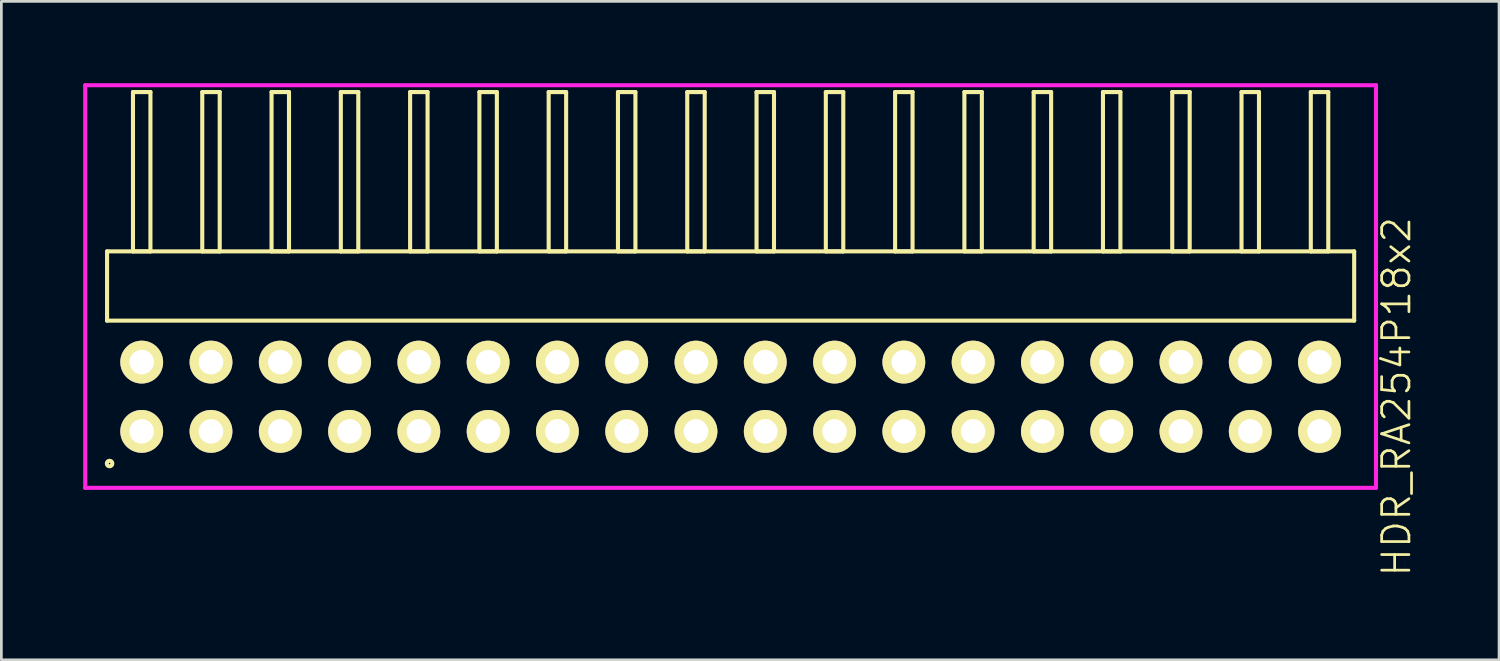
<source format=kicad_pcb>
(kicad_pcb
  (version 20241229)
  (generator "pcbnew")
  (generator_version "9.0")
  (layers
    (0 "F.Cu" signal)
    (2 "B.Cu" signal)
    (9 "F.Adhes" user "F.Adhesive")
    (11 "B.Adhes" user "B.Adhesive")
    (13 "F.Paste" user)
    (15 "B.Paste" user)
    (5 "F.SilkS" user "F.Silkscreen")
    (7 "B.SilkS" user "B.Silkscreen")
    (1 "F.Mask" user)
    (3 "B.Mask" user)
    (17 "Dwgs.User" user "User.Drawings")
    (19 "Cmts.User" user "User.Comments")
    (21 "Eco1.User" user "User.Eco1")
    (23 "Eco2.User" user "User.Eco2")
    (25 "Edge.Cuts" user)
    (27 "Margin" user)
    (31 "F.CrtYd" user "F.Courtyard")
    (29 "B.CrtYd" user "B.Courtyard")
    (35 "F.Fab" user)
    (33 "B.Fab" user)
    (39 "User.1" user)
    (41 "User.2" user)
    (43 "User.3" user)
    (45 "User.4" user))
  (footprint "HDR_RA254P18x2"
    (layer "F.Cu")
    (at 23.735 11.495)
    (property "Reference" "HDR_RA254P18x2" (at 24.41 0 90) (layer "F.SilkS") (effects (font (size 1 1) (thickness 0.1))))
    (attr through_hole)
    (fp_line (start -22.86 -5.33) (end -22.86 -2.79) (stroke (width 0.15) (type solid)) (layer "F.SilkS"))
    (fp_line (start -22.86 -2.79) (end 22.86 -2.79) (stroke (width 0.15) (type solid)) (layer "F.SilkS"))
    (fp_line (start -21.91 -11.17) (end -21.91 -5.33) (stroke (width 0.15) (type solid)) (layer "F.SilkS"))
    (fp_line (start -21.91 -5.33) (end -21.27 -5.33) (stroke (width 0.15) (type solid)) (layer "F.SilkS"))
    (fp_line (start -21.27 -11.17) (end -21.91 -11.17) (stroke (width 0.15) (type solid)) (layer "F.SilkS"))
    (fp_line (start -21.27 -5.33) (end -21.27 -11.17) (stroke (width 0.15) (type solid)) (layer "F.SilkS"))
    (fp_line (start -19.37 -11.17) (end -19.37 -5.33) (stroke (width 0.15) (type solid)) (layer "F.SilkS"))
    (fp_line (start -19.37 -5.33) (end -18.73 -5.33) (stroke (width 0.15) (type solid)) (layer "F.SilkS"))
    (fp_line (start -18.73 -11.17) (end -19.37 -11.17) (stroke (width 0.15) (type solid)) (layer "F.SilkS"))
    (fp_line (start -18.73 -5.33) (end -18.73 -11.17) (stroke (width 0.15) (type solid)) (layer "F.SilkS"))
    (fp_line (start -16.83 -11.17) (end -16.83 -5.33) (stroke (width 0.15) (type solid)) (layer "F.SilkS"))
    (fp_line (start -16.83 -5.33) (end -16.19 -5.33) (stroke (width 0.15) (type solid)) (layer "F.SilkS"))
    (fp_line (start -16.19 -11.17) (end -16.83 -11.17) (stroke (width 0.15) (type solid)) (layer "F.SilkS"))
    (fp_line (start -16.19 -5.33) (end -16.19 -11.17) (stroke (width 0.15) (type solid)) (layer "F.SilkS"))
    (fp_line (start -14.29 -11.17) (end -14.29 -5.33) (stroke (width 0.15) (type solid)) (layer "F.SilkS"))
    (fp_line (start -14.29 -5.33) (end -13.65 -5.33) (stroke (width 0.15) (type solid)) (layer "F.SilkS"))
    (fp_line (start -13.65 -11.17) (end -14.29 -11.17) (stroke (width 0.15) (type solid)) (layer "F.SilkS"))
    (fp_line (start -13.65 -5.33) (end -13.65 -11.17) (stroke (width 0.15) (type solid)) (layer "F.SilkS"))
    (fp_line (start -11.75 -11.17) (end -11.75 -5.33) (stroke (width 0.15) (type solid)) (layer "F.SilkS"))
    (fp_line (start -11.75 -5.33) (end -11.11 -5.33) (stroke (width 0.15) (type solid)) (layer "F.SilkS"))
    (fp_line (start -11.11 -11.17) (end -11.75 -11.17) (stroke (width 0.15) (type solid)) (layer "F.SilkS"))
    (fp_line (start -11.11 -5.33) (end -11.11 -11.17) (stroke (width 0.15) (type solid)) (layer "F.SilkS"))
    (fp_line (start -9.21 -11.17) (end -9.21 -5.33) (stroke (width 0.15) (type solid)) (layer "F.SilkS"))
    (fp_line (start -9.21 -5.33) (end -8.57 -5.33) (stroke (width 0.15) (type solid)) (layer "F.SilkS"))
    (fp_line (start -8.57 -11.17) (end -9.21 -11.17) (stroke (width 0.15) (type solid)) (layer "F.SilkS"))
    (fp_line (start -8.57 -5.33) (end -8.57 -11.17) (stroke (width 0.15) (type solid)) (layer "F.SilkS"))
    (fp_line (start -6.67 -11.17) (end -6.67 -5.33) (stroke (width 0.15) (type solid)) (layer "F.SilkS"))
    (fp_line (start -6.67 -5.33) (end -6.03 -5.33) (stroke (width 0.15) (type solid)) (layer "F.SilkS"))
    (fp_line (start -6.03 -11.17) (end -6.67 -11.17) (stroke (width 0.15) (type solid)) (layer "F.SilkS"))
    (fp_line (start -6.03 -5.33) (end -6.03 -11.17) (stroke (width 0.15) (type solid)) (layer "F.SilkS"))
    (fp_line (start -4.13 -11.17) (end -4.13 -5.33) (stroke (width 0.15) (type solid)) (layer "F.SilkS"))
    (fp_line (start -4.13 -5.33) (end -3.49 -5.33) (stroke (width 0.15) (type solid)) (layer "F.SilkS"))
    (fp_line (start -3.49 -11.17) (end -4.13 -11.17) (stroke (width 0.15) (type solid)) (layer "F.SilkS"))
    (fp_line (start -3.49 -5.33) (end -3.49 -11.17) (stroke (width 0.15) (type solid)) (layer "F.SilkS"))
    (fp_line (start -1.59 -11.17) (end -1.59 -5.33) (stroke (width 0.15) (type solid)) (layer "F.SilkS"))
    (fp_line (start -1.59 -5.33) (end -0.95 -5.33) (stroke (width 0.15) (type solid)) (layer "F.SilkS"))
    (fp_line (start -0.95 -11.17) (end -1.59 -11.17) (stroke (width 0.15) (type solid)) (layer "F.SilkS"))
    (fp_line (start -0.95 -5.33) (end -0.95 -11.17) (stroke (width 0.15) (type solid)) (layer "F.SilkS"))
    (fp_line (start 0.95 -11.17) (end 0.95 -5.33) (stroke (width 0.15) (type solid)) (layer "F.SilkS"))
    (fp_line (start 0.95 -5.33) (end 1.59 -5.33) (stroke (width 0.15) (type solid)) (layer "F.SilkS"))
    (fp_line (start 1.59 -11.17) (end 0.95 -11.17) (stroke (width 0.15) (type solid)) (layer "F.SilkS"))
    (fp_line (start 1.59 -5.33) (end 1.59 -11.17) (stroke (width 0.15) (type solid)) (layer "F.SilkS"))
    (fp_line (start 3.49 -11.17) (end 3.49 -5.33) (stroke (width 0.15) (type solid)) (layer "F.SilkS"))
    (fp_line (start 3.49 -5.33) (end 4.13 -5.33) (stroke (width 0.15) (type solid)) (layer "F.SilkS"))
    (fp_line (start 4.13 -11.17) (end 3.49 -11.17) (stroke (width 0.15) (type solid)) (layer "F.SilkS"))
    (fp_line (start 4.13 -5.33) (end 4.13 -11.17) (stroke (width 0.15) (type solid)) (layer "F.SilkS"))
    (fp_line (start 6.03 -11.17) (end 6.03 -5.33) (stroke (width 0.15) (type solid)) (layer "F.SilkS"))
    (fp_line (start 6.03 -5.33) (end 6.67 -5.33) (stroke (width 0.15) (type solid)) (layer "F.SilkS"))
    (fp_line (start 6.67 -11.17) (end 6.03 -11.17) (stroke (width 0.15) (type solid)) (layer "F.SilkS"))
    (fp_line (start 6.67 -5.33) (end 6.67 -11.17) (stroke (width 0.15) (type solid)) (layer "F.SilkS"))
    (fp_line (start 8.57 -11.17) (end 8.57 -5.33) (stroke (width 0.15) (type solid)) (layer "F.SilkS"))
    (fp_line (start 8.57 -5.33) (end 9.21 -5.33) (stroke (width 0.15) (type solid)) (layer "F.SilkS"))
    (fp_line (start 9.21 -11.17) (end 8.57 -11.17) (stroke (width 0.15) (type solid)) (layer "F.SilkS"))
    (fp_line (start 9.21 -5.33) (end 9.21 -11.17) (stroke (width 0.15) (type solid)) (layer "F.SilkS"))
    (fp_line (start 11.11 -11.17) (end 11.11 -5.33) (stroke (width 0.15) (type solid)) (layer "F.SilkS"))
    (fp_line (start 11.11 -5.33) (end 11.75 -5.33) (stroke (width 0.15) (type solid)) (layer "F.SilkS"))
    (fp_line (start 11.75 -11.17) (end 11.11 -11.17) (stroke (width 0.15) (type solid)) (layer "F.SilkS"))
    (fp_line (start 11.75 -5.33) (end 11.75 -11.17) (stroke (width 0.15) (type solid)) (layer "F.SilkS"))
    (fp_line (start 13.65 -11.17) (end 13.65 -5.33) (stroke (width 0.15) (type solid)) (layer "F.SilkS"))
    (fp_line (start 13.65 -5.33) (end 14.29 -5.33) (stroke (width 0.15) (type solid)) (layer "F.SilkS"))
    (fp_line (start 14.29 -11.17) (end 13.65 -11.17) (stroke (width 0.15) (type solid)) (layer "F.SilkS"))
    (fp_line (start 14.29 -5.33) (end 14.29 -11.17) (stroke (width 0.15) (type solid)) (layer "F.SilkS"))
    (fp_line (start 16.19 -11.17) (end 16.19 -5.33) (stroke (width 0.15) (type solid)) (layer "F.SilkS"))
    (fp_line (start 16.19 -5.33) (end 16.83 -5.33) (stroke (width 0.15) (type solid)) (layer "F.SilkS"))
    (fp_line (start 16.83 -11.17) (end 16.19 -11.17) (stroke (width 0.15) (type solid)) (layer "F.SilkS"))
    (fp_line (start 16.83 -5.33) (end 16.83 -11.17) (stroke (width 0.15) (type solid)) (layer "F.SilkS"))
    (fp_line (start 18.73 -11.17) (end 18.73 -5.33) (stroke (width 0.15) (type solid)) (layer "F.SilkS"))
    (fp_line (start 18.73 -5.33) (end 19.37 -5.33) (stroke (width 0.15) (type solid)) (layer "F.SilkS"))
    (fp_line (start 19.37 -11.17) (end 18.73 -11.17) (stroke (width 0.15) (type solid)) (layer "F.SilkS"))
    (fp_line (start 19.37 -5.33) (end 19.37 -11.17) (stroke (width 0.15) (type solid)) (layer "F.SilkS"))
    (fp_line (start 21.27 -11.17) (end 21.27 -5.33) (stroke (width 0.15) (type solid)) (layer "F.SilkS"))
    (fp_line (start 21.27 -5.33) (end 21.91 -5.33) (stroke (width 0.15) (type solid)) (layer "F.SilkS"))
    (fp_line (start 21.91 -11.17) (end 21.27 -11.17) (stroke (width 0.15) (type solid)) (layer "F.SilkS"))
    (fp_line (start 21.91 -5.33) (end 21.91 -11.17) (stroke (width 0.15) (type solid)) (layer "F.SilkS"))
    (fp_line (start 22.86 -5.33) (end -22.86 -5.33) (stroke (width 0.15) (type solid)) (layer "F.SilkS"))
    (fp_line (start 22.86 -2.79) (end 22.86 -5.33) (stroke (width 0.15) (type solid)) (layer "F.SilkS"))
    (fp_circle (center -22.768 2.448) (end -22.667 2.448) (stroke (width 0.15) (type solid)) (fill no) (layer "F.SilkS"))
    (fp_line (start -23.66 -11.42) (end -23.66 3.34) (stroke (width 0.15) (type solid)) (layer "F.CrtYd"))
    (fp_line (start -23.66 3.34) (end 23.66 3.34) (stroke (width 0.15) (type solid)) (layer "F.CrtYd"))
    (fp_line (start 23.66 -11.42) (end -23.66 -11.42) (stroke (width 0.15) (type solid)) (layer "F.CrtYd"))
    (fp_line (start 23.66 3.34) (end 23.66 -11.42) (stroke (width 0.15) (type solid)) (layer "F.CrtYd"))
    (pad "1" thru_hole oval (at -21.59 1.27) (size 1.57 1.57) (drill 0.9) (layers "*.Cu" "*.Mask" "F.SilkS"))
    (pad "2" thru_hole oval (at -21.59 -1.27) (size 1.57 1.57) (drill 0.9) (layers "*.Cu" "*.Mask" "F.SilkS"))
    (pad "3" thru_hole oval (at -19.05 1.27) (size 1.57 1.57) (drill 0.9) (layers "*.Cu" "*.Mask" "F.SilkS"))
    (pad "4" thru_hole oval (at -19.05 -1.27) (size 1.57 1.57) (drill 0.9) (layers "*.Cu" "*.Mask" "F.SilkS"))
    (pad "5" thru_hole oval (at -16.51 1.27) (size 1.57 1.57) (drill 0.9) (layers "*.Cu" "*.Mask" "F.SilkS"))
    (pad "6" thru_hole oval (at -16.51 -1.27) (size 1.57 1.57) (drill 0.9) (layers "*.Cu" "*.Mask" "F.SilkS"))
    (pad "7" thru_hole oval (at -13.97 1.27) (size 1.57 1.57) (drill 0.9) (layers "*.Cu" "*.Mask" "F.SilkS"))
    (pad "8" thru_hole oval (at -13.97 -1.27) (size 1.57 1.57) (drill 0.9) (layers "*.Cu" "*.Mask" "F.SilkS"))
    (pad "9" thru_hole oval (at -11.43 1.27) (size 1.57 1.57) (drill 0.9) (layers "*.Cu" "*.Mask" "F.SilkS"))
    (pad "10" thru_hole oval (at -11.43 -1.27) (size 1.57 1.57) (drill 0.9) (layers "*.Cu" "*.Mask" "F.SilkS"))
    (pad "11" thru_hole oval (at -8.89 1.27) (size 1.57 1.57) (drill 0.9) (layers "*.Cu" "*.Mask" "F.SilkS"))
    (pad "12" thru_hole oval (at -8.89 -1.27) (size 1.57 1.57) (drill 0.9) (layers "*.Cu" "*.Mask" "F.SilkS"))
    (pad "13" thru_hole oval (at -6.35 1.27) (size 1.57 1.57) (drill 0.9) (layers "*.Cu" "*.Mask" "F.SilkS"))
    (pad "14" thru_hole oval (at -6.35 -1.27) (size 1.57 1.57) (drill 0.9) (layers "*.Cu" "*.Mask" "F.SilkS"))
    (pad "15" thru_hole oval (at -3.81 1.27) (size 1.57 1.57) (drill 0.9) (layers "*.Cu" "*.Mask" "F.SilkS"))
    (pad "16" thru_hole oval (at -3.81 -1.27) (size 1.57 1.57) (drill 0.9) (layers "*.Cu" "*.Mask" "F.SilkS"))
    (pad "17" thru_hole oval (at -1.27 1.27) (size 1.57 1.57) (drill 0.9) (layers "*.Cu" "*.Mask" "F.SilkS"))
    (pad "18" thru_hole oval (at -1.27 -1.27) (size 1.57 1.57) (drill 0.9) (layers "*.Cu" "*.Mask" "F.SilkS"))
    (pad "19" thru_hole oval (at 1.27 1.27) (size 1.57 1.57) (drill 0.9) (layers "*.Cu" "*.Mask" "F.SilkS"))
    (pad "20" thru_hole oval (at 1.27 -1.27) (size 1.57 1.57) (drill 0.9) (layers "*.Cu" "*.Mask" "F.SilkS"))
    (pad "21" thru_hole oval (at 3.81 1.27) (size 1.57 1.57) (drill 0.9) (layers "*.Cu" "*.Mask" "F.SilkS"))
    (pad "22" thru_hole oval (at 3.81 -1.27) (size 1.57 1.57) (drill 0.9) (layers "*.Cu" "*.Mask" "F.SilkS"))
    (pad "23" thru_hole oval (at 6.35 1.27) (size 1.57 1.57) (drill 0.9) (layers "*.Cu" "*.Mask" "F.SilkS"))
    (pad "24" thru_hole oval (at 6.35 -1.27) (size 1.57 1.57) (drill 0.9) (layers "*.Cu" "*.Mask" "F.SilkS"))
    (pad "25" thru_hole oval (at 8.89 1.27) (size 1.57 1.57) (drill 0.9) (layers "*.Cu" "*.Mask" "F.SilkS"))
    (pad "26" thru_hole oval (at 8.89 -1.27) (size 1.57 1.57) (drill 0.9) (layers "*.Cu" "*.Mask" "F.SilkS"))
    (pad "27" thru_hole oval (at 11.43 1.27) (size 1.57 1.57) (drill 0.9) (layers "*.Cu" "*.Mask" "F.SilkS"))
    (pad "28" thru_hole oval (at 11.43 -1.27) (size 1.57 1.57) (drill 0.9) (layers "*.Cu" "*.Mask" "F.SilkS"))
    (pad "29" thru_hole oval (at 13.97 1.27) (size 1.57 1.57) (drill 0.9) (layers "*.Cu" "*.Mask" "F.SilkS"))
    (pad "30" thru_hole oval (at 13.97 -1.27) (size 1.57 1.57) (drill 0.9) (layers "*.Cu" "*.Mask" "F.SilkS"))
    (pad "31" thru_hole oval (at 16.51 1.27) (size 1.57 1.57) (drill 0.9) (layers "*.Cu" "*.Mask" "F.SilkS"))
    (pad "32" thru_hole oval (at 16.51 -1.27) (size 1.57 1.57) (drill 0.9) (layers "*.Cu" "*.Mask" "F.SilkS"))
    (pad "33" thru_hole oval (at 19.05 1.27) (size 1.57 1.57) (drill 0.9) (layers "*.Cu" "*.Mask" "F.SilkS"))
    (pad "34" thru_hole oval (at 19.05 -1.27) (size 1.57 1.57) (drill 0.9) (layers "*.Cu" "*.Mask" "F.SilkS"))
    (pad "35" thru_hole oval (at 21.59 1.27) (size 1.57 1.57) (drill 0.9) (layers "*.Cu" "*.Mask" "F.SilkS"))
    (pad "36" thru_hole oval (at 21.59 -1.27) (size 1.57 1.57) (drill 0.9) (layers "*.Cu" "*.Mask" "F.SilkS")))
  (gr_rect
    (start -3 -3)
    (end 51.906 21.14)
    (stroke (width 0.1) (type default))
    (fill no)
    (layer "Edge.Cuts")))
</source>
